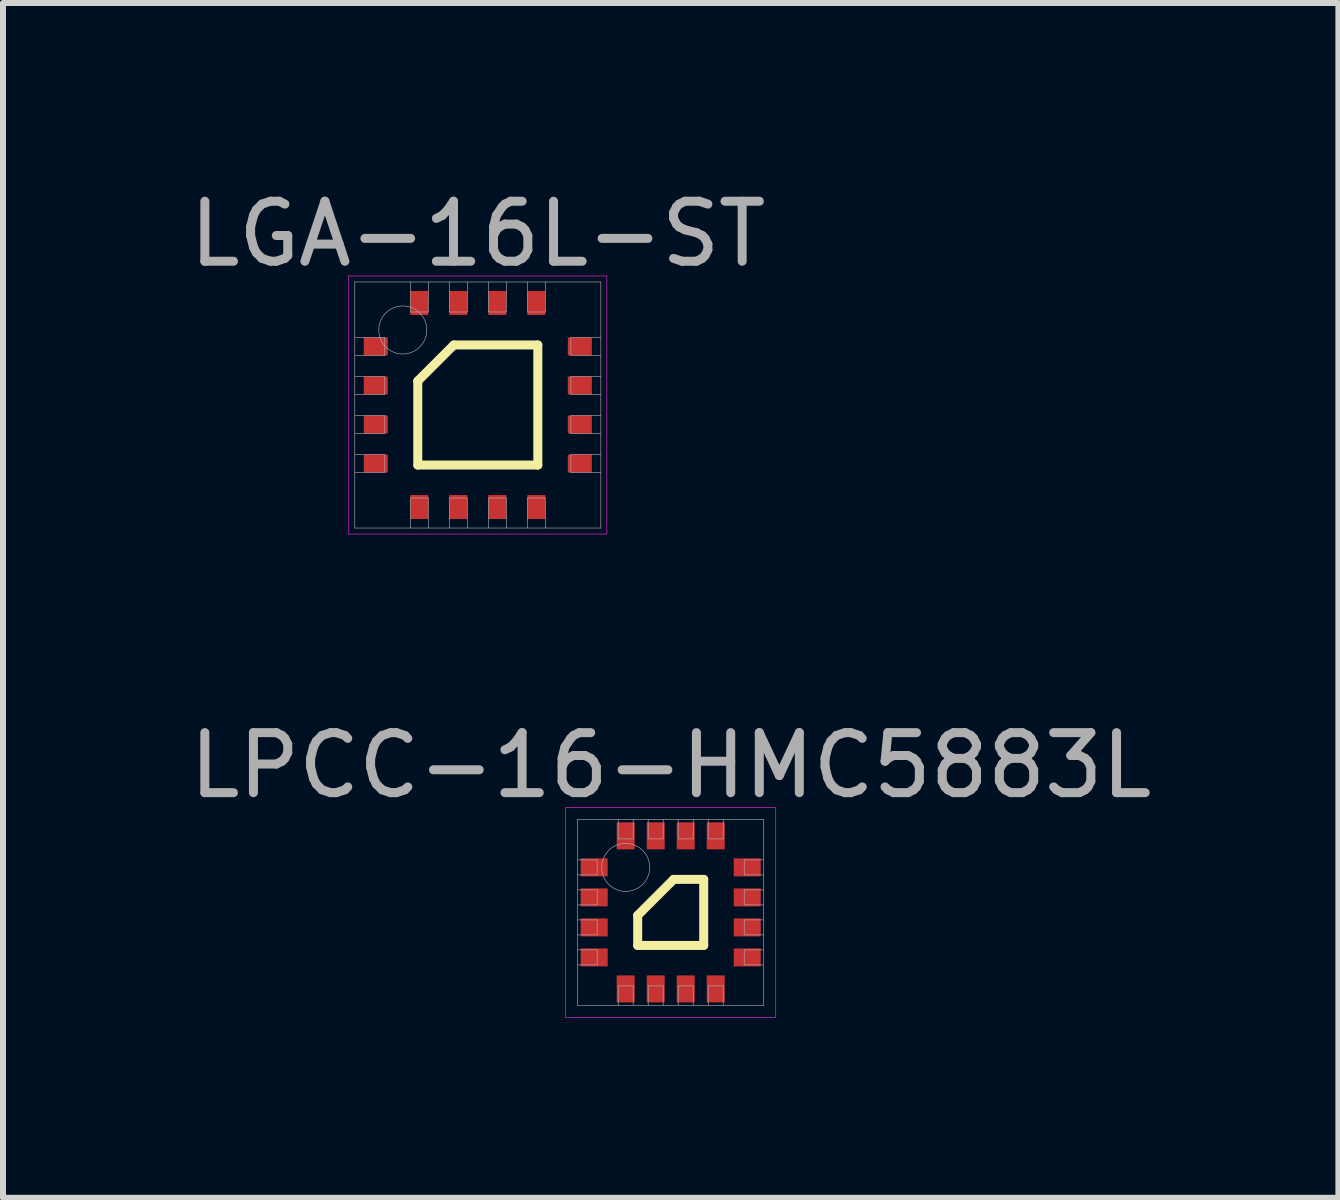
<source format=kicad_pcb>
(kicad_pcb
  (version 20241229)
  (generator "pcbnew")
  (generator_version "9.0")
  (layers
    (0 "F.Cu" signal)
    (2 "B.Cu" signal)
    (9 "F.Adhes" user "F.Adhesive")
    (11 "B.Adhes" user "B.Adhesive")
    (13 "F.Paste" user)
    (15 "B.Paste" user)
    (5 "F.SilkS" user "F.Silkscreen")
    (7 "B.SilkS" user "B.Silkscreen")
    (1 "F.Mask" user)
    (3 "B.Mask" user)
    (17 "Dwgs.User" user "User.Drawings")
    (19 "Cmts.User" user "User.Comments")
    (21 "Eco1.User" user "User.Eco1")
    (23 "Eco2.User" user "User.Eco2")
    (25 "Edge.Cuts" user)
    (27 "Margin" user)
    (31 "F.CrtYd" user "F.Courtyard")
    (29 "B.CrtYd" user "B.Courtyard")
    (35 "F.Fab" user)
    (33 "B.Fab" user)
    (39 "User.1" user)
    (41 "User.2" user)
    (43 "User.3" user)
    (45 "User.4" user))
  (footprint "LPCC-16-HMC5883L"
    (layer "F.Cu")
    (at 8.125 12.152)
    (property "Reference" "LPCC-16-HMC5883L" (at 0 -2.45 0) (layer "F.Fab") (effects (font (size 1 1) (thickness 0.15))))
    (attr through_hole)
    (fp_line (start -0.55 0.05) (end 0.05 -0.55) (stroke (width 0.15) (type solid)) (layer "F.SilkS"))
    (fp_line (start -0.55 0.55) (end -0.55 0.05) (stroke (width 0.15) (type solid)) (layer "F.SilkS"))
    (fp_line (start 0.05 -0.55) (end 0.55 -0.55) (stroke (width 0.15) (type solid)) (layer "F.SilkS"))
    (fp_line (start 0.55 -0.55) (end 0.55 0.55) (stroke (width 0.15) (type solid)) (layer "F.SilkS"))
    (fp_line (start 0.55 0.55) (end -0.55 0.55) (stroke (width 0.15) (type solid)) (layer "F.SilkS"))
    (fp_line (start -1.75 -1.75) (end 1.75 -1.75) (stroke (width 0.01) (type solid)) (layer "F.CrtYd"))
    (fp_line (start -1.75 1.75) (end -1.75 -1.75) (stroke (width 0.01) (type solid)) (layer "F.CrtYd"))
    (fp_line (start 1.75 -1.75) (end 1.75 1.75) (stroke (width 0.01) (type solid)) (layer "F.CrtYd"))
    (fp_line (start 1.75 1.75) (end -1.75 1.75) (stroke (width 0.01) (type solid)) (layer "F.CrtYd"))
    (fp_line (start -1.55 -1.55) (end 1.55 -1.55) (stroke (width 0.01) (type solid)) (layer "F.Fab"))
    (fp_line (start -1.55 -0.625) (end -1.225 -0.625) (stroke (width 0.01) (type solid)) (layer "F.Fab"))
    (fp_line (start -1.55 -0.125) (end -1.225 -0.125) (stroke (width 0.01) (type solid)) (layer "F.Fab"))
    (fp_line (start -1.55 0.375) (end -1.225 0.375) (stroke (width 0.01) (type solid)) (layer "F.Fab"))
    (fp_line (start -1.55 0.875) (end -1.225 0.875) (stroke (width 0.01) (type solid)) (layer "F.Fab"))
    (fp_line (start -1.55 1.55) (end -1.55 -1.55) (stroke (width 0.01) (type solid)) (layer "F.Fab"))
    (fp_line (start -1.225 -0.875) (end -1.55 -0.875) (stroke (width 0.01) (type solid)) (layer "F.Fab"))
    (fp_line (start -1.225 -0.625) (end -1.225 -0.875) (stroke (width 0.01) (type solid)) (layer "F.Fab"))
    (fp_line (start -1.225 -0.375) (end -1.55 -0.375) (stroke (width 0.01) (type solid)) (layer "F.Fab"))
    (fp_line (start -1.225 -0.125) (end -1.225 -0.375) (stroke (width 0.01) (type solid)) (layer "F.Fab"))
    (fp_line (start -1.225 0.125) (end -1.55 0.125) (stroke (width 0.01) (type solid)) (layer "F.Fab"))
    (fp_line (start -1.225 0.375) (end -1.225 0.125) (stroke (width 0.01) (type solid)) (layer "F.Fab"))
    (fp_line (start -1.225 0.625) (end -1.55 0.625) (stroke (width 0.01) (type solid)) (layer "F.Fab"))
    (fp_line (start -1.225 0.875) (end -1.225 0.625) (stroke (width 0.01) (type solid)) (layer "F.Fab"))
    (fp_line (start -0.875 -1.55) (end -0.875 -1.225) (stroke (width 0.01) (type solid)) (layer "F.Fab"))
    (fp_line (start -0.875 -1.225) (end -0.625 -1.225) (stroke (width 0.01) (type solid)) (layer "F.Fab"))
    (fp_line (start -0.875 1.225) (end -0.875 1.55) (stroke (width 0.01) (type solid)) (layer "F.Fab"))
    (fp_line (start -0.625 -1.225) (end -0.625 -1.55) (stroke (width 0.01) (type solid)) (layer "F.Fab"))
    (fp_line (start -0.625 1.225) (end -0.875 1.225) (stroke (width 0.01) (type solid)) (layer "F.Fab"))
    (fp_line (start -0.625 1.55) (end -0.625 1.225) (stroke (width 0.01) (type solid)) (layer "F.Fab"))
    (fp_line (start -0.375 -1.55) (end -0.375 -1.225) (stroke (width 0.01) (type solid)) (layer "F.Fab"))
    (fp_line (start -0.375 -1.225) (end -0.125 -1.225) (stroke (width 0.01) (type solid)) (layer "F.Fab"))
    (fp_line (start -0.375 1.225) (end -0.375 1.55) (stroke (width 0.01) (type solid)) (layer "F.Fab"))
    (fp_line (start -0.125 -1.225) (end -0.125 -1.55) (stroke (width 0.01) (type solid)) (layer "F.Fab"))
    (fp_line (start -0.125 1.225) (end -0.375 1.225) (stroke (width 0.01) (type solid)) (layer "F.Fab"))
    (fp_line (start -0.125 1.55) (end -0.125 1.225) (stroke (width 0.01) (type solid)) (layer "F.Fab"))
    (fp_line (start 0.125 -1.55) (end 0.125 -1.225) (stroke (width 0.01) (type solid)) (layer "F.Fab"))
    (fp_line (start 0.125 -1.225) (end 0.375 -1.225) (stroke (width 0.01) (type solid)) (layer "F.Fab"))
    (fp_line (start 0.125 1.225) (end 0.125 1.55) (stroke (width 0.01) (type solid)) (layer "F.Fab"))
    (fp_line (start 0.375 -1.225) (end 0.375 -1.55) (stroke (width 0.01) (type solid)) (layer "F.Fab"))
    (fp_line (start 0.375 1.225) (end 0.125 1.225) (stroke (width 0.01) (type solid)) (layer "F.Fab"))
    (fp_line (start 0.375 1.55) (end 0.375 1.225) (stroke (width 0.01) (type solid)) (layer "F.Fab"))
    (fp_line (start 0.625 -1.55) (end 0.625 -1.225) (stroke (width 0.01) (type solid)) (layer "F.Fab"))
    (fp_line (start 0.625 -1.225) (end 0.875 -1.225) (stroke (width 0.01) (type solid)) (layer "F.Fab"))
    (fp_line (start 0.625 1.225) (end 0.625 1.55) (stroke (width 0.01) (type solid)) (layer "F.Fab"))
    (fp_line (start 0.875 -1.225) (end 0.875 -1.55) (stroke (width 0.01) (type solid)) (layer "F.Fab"))
    (fp_line (start 0.875 1.225) (end 0.625 1.225) (stroke (width 0.01) (type solid)) (layer "F.Fab"))
    (fp_line (start 0.875 1.55) (end 0.875 1.225) (stroke (width 0.01) (type solid)) (layer "F.Fab"))
    (fp_line (start 1.225 -0.875) (end 1.225 -0.625) (stroke (width 0.01) (type solid)) (layer "F.Fab"))
    (fp_line (start 1.225 -0.625) (end 1.55 -0.625) (stroke (width 0.01) (type solid)) (layer "F.Fab"))
    (fp_line (start 1.225 -0.375) (end 1.225 -0.125) (stroke (width 0.01) (type solid)) (layer "F.Fab"))
    (fp_line (start 1.225 -0.125) (end 1.55 -0.125) (stroke (width 0.01) (type solid)) (layer "F.Fab"))
    (fp_line (start 1.225 0.125) (end 1.225 0.375) (stroke (width 0.01) (type solid)) (layer "F.Fab"))
    (fp_line (start 1.225 0.375) (end 1.55 0.375) (stroke (width 0.01) (type solid)) (layer "F.Fab"))
    (fp_line (start 1.225 0.625) (end 1.225 0.875) (stroke (width 0.01) (type solid)) (layer "F.Fab"))
    (fp_line (start 1.225 0.875) (end 1.55 0.875) (stroke (width 0.01) (type solid)) (layer "F.Fab"))
    (fp_line (start 1.55 -1.55) (end 1.55 1.55) (stroke (width 0.01) (type solid)) (layer "F.Fab"))
    (fp_line (start 1.55 -0.875) (end 1.225 -0.875) (stroke (width 0.01) (type solid)) (layer "F.Fab"))
    (fp_line (start 1.55 -0.375) (end 1.225 -0.375) (stroke (width 0.01) (type solid)) (layer "F.Fab"))
    (fp_line (start 1.55 0.125) (end 1.225 0.125) (stroke (width 0.01) (type solid)) (layer "F.Fab"))
    (fp_line (start 1.55 0.625) (end 1.225 0.625) (stroke (width 0.01) (type solid)) (layer "F.Fab"))
    (fp_line (start 1.55 1.55) (end -1.55 1.55) (stroke (width 0.01) (type solid)) (layer "F.Fab"))
    (fp_circle (center -0.75 -0.75) (end -0.75 -0.35) (stroke (width 0.01) (type solid)) (fill no) (layer "F.Fab"))
    (pad "1" smd rect (at -1.275 -0.75) (size 0.45 0.3) (layers "F.Cu" "F.Mask" "F.Paste"))
    (pad "2" smd rect (at -1.275 -0.25) (size 0.45 0.3) (layers "F.Cu" "F.Mask" "F.Paste"))
    (pad "3" smd rect (at -1.275 0.25) (size 0.45 0.3) (layers "F.Cu" "F.Mask" "F.Paste"))
    (pad "4" smd rect (at -1.275 0.75) (size 0.45 0.3) (layers "F.Cu" "F.Mask" "F.Paste"))
    (pad "5" smd rect (at -0.75 1.275) (size 0.3 0.45) (layers "F.Cu" "F.Mask" "F.Paste"))
    (pad "6" smd rect (at -0.25 1.275) (size 0.3 0.45) (layers "F.Cu" "F.Mask" "F.Paste"))
    (pad "7" smd rect (at 0.25 1.275) (size 0.3 0.45) (layers "F.Cu" "F.Mask" "F.Paste"))
    (pad "8" smd rect (at 0.75 1.275) (size 0.3 0.45) (layers "F.Cu" "F.Mask" "F.Paste"))
    (pad "9" smd rect (at 1.275 0.75) (size 0.45 0.3) (layers "F.Cu" "F.Mask" "F.Paste"))
    (pad "10" smd rect (at 1.275 0.25) (size 0.45 0.3) (layers "F.Cu" "F.Mask" "F.Paste"))
    (pad "11" smd rect (at 1.275 -0.25) (size 0.45 0.3) (layers "F.Cu" "F.Mask" "F.Paste"))
    (pad "12" smd rect (at 1.275 -0.75) (size 0.45 0.3) (layers "F.Cu" "F.Mask" "F.Paste"))
    (pad "13" smd rect (at 0.75 -1.275) (size 0.3 0.45) (layers "F.Cu" "F.Mask" "F.Paste"))
    (pad "14" smd rect (at 0.25 -1.275) (size 0.3 0.45) (layers "F.Cu" "F.Mask" "F.Paste"))
    (pad "15" smd rect (at -0.25 -1.275) (size 0.3 0.45) (layers "F.Cu" "F.Mask" "F.Paste"))
    (pad "16" smd rect (at -0.75 -1.275) (size 0.3 0.45) (layers "F.Cu" "F.Mask" "F.Paste")))
  (footprint "LGA-16L-ST"
    (layer "F.Cu")
    (at 4.911 3.698)
    (property "Reference" "LGA-16L-ST" (at 0 -2.85 0) (layer "F.Fab") (effects (font (size 1 1) (thickness 0.15))))
    (attr through_hole)
    (fp_line (start -1 -0.4) (end -0.4 -1) (stroke (width 0.15) (type solid)) (layer "F.SilkS"))
    (fp_line (start -1 1) (end -1 -0.4) (stroke (width 0.15) (type solid)) (layer "F.SilkS"))
    (fp_line (start -0.4 -1) (end 1 -1) (stroke (width 0.15) (type solid)) (layer "F.SilkS"))
    (fp_line (start 1 -1) (end 1 1) (stroke (width 0.15) (type solid)) (layer "F.SilkS"))
    (fp_line (start 1 1) (end -1 1) (stroke (width 0.15) (type solid)) (layer "F.SilkS"))
    (fp_line (start -2.15 -2.15) (end 2.15 -2.15) (stroke (width 0.01) (type solid)) (layer "F.CrtYd"))
    (fp_line (start -2.15 2.15) (end -2.15 -2.15) (stroke (width 0.01) (type solid)) (layer "F.CrtYd"))
    (fp_line (start 2.15 -2.15) (end 2.15 2.15) (stroke (width 0.01) (type solid)) (layer "F.CrtYd"))
    (fp_line (start 2.15 2.15) (end -2.15 2.15) (stroke (width 0.01) (type solid)) (layer "F.CrtYd"))
    (fp_line (start -2.05 -2.05) (end 2.05 -2.05) (stroke (width 0.01) (type solid)) (layer "F.Fab"))
    (fp_line (start -2.05 -0.825) (end -1.55 -0.825) (stroke (width 0.01) (type solid)) (layer "F.Fab"))
    (fp_line (start -2.05 -0.175) (end -1.55 -0.175) (stroke (width 0.01) (type solid)) (layer "F.Fab"))
    (fp_line (start -2.05 0.475) (end -1.55 0.475) (stroke (width 0.01) (type solid)) (layer "F.Fab"))
    (fp_line (start -2.05 1.125) (end -1.55 1.125) (stroke (width 0.01) (type solid)) (layer "F.Fab"))
    (fp_line (start -2.05 2.05) (end -2.05 -2.05) (stroke (width 0.01) (type solid)) (layer "F.Fab"))
    (fp_line (start -1.55 -1.125) (end -2.05 -1.125) (stroke (width 0.01) (type solid)) (layer "F.Fab"))
    (fp_line (start -1.55 -0.825) (end -1.55 -1.125) (stroke (width 0.01) (type solid)) (layer "F.Fab"))
    (fp_line (start -1.55 -0.475) (end -2.05 -0.475) (stroke (width 0.01) (type solid)) (layer "F.Fab"))
    (fp_line (start -1.55 -0.175) (end -1.55 -0.475) (stroke (width 0.01) (type solid)) (layer "F.Fab"))
    (fp_line (start -1.55 0.175) (end -2.05 0.175) (stroke (width 0.01) (type solid)) (layer "F.Fab"))
    (fp_line (start -1.55 0.475) (end -1.55 0.175) (stroke (width 0.01) (type solid)) (layer "F.Fab"))
    (fp_line (start -1.55 0.825) (end -2.05 0.825) (stroke (width 0.01) (type solid)) (layer "F.Fab"))
    (fp_line (start -1.55 1.125) (end -1.55 0.825) (stroke (width 0.01) (type solid)) (layer "F.Fab"))
    (fp_line (start -1.125 -2.05) (end -1.125 -1.55) (stroke (width 0.01) (type solid)) (layer "F.Fab"))
    (fp_line (start -1.125 -1.55) (end -0.825 -1.55) (stroke (width 0.01) (type solid)) (layer "F.Fab"))
    (fp_line (start -1.125 1.55) (end -1.125 2.05) (stroke (width 0.01) (type solid)) (layer "F.Fab"))
    (fp_line (start -0.825 -1.55) (end -0.825 -2.05) (stroke (width 0.01) (type solid)) (layer "F.Fab"))
    (fp_line (start -0.825 1.55) (end -1.125 1.55) (stroke (width 0.01) (type solid)) (layer "F.Fab"))
    (fp_line (start -0.825 2.05) (end -0.825 1.55) (stroke (width 0.01) (type solid)) (layer "F.Fab"))
    (fp_line (start -0.475 -2.05) (end -0.475 -1.55) (stroke (width 0.01) (type solid)) (layer "F.Fab"))
    (fp_line (start -0.475 -1.55) (end -0.175 -1.55) (stroke (width 0.01) (type solid)) (layer "F.Fab"))
    (fp_line (start -0.475 1.55) (end -0.475 2.05) (stroke (width 0.01) (type solid)) (layer "F.Fab"))
    (fp_line (start -0.175 -1.55) (end -0.175 -2.05) (stroke (width 0.01) (type solid)) (layer "F.Fab"))
    (fp_line (start -0.175 1.55) (end -0.475 1.55) (stroke (width 0.01) (type solid)) (layer "F.Fab"))
    (fp_line (start -0.175 2.05) (end -0.175 1.55) (stroke (width 0.01) (type solid)) (layer "F.Fab"))
    (fp_line (start 0.175 -2.05) (end 0.175 -1.55) (stroke (width 0.01) (type solid)) (layer "F.Fab"))
    (fp_line (start 0.175 -1.55) (end 0.475 -1.55) (stroke (width 0.01) (type solid)) (layer "F.Fab"))
    (fp_line (start 0.175 1.55) (end 0.175 2.05) (stroke (width 0.01) (type solid)) (layer "F.Fab"))
    (fp_line (start 0.475 -1.55) (end 0.475 -2.05) (stroke (width 0.01) (type solid)) (layer "F.Fab"))
    (fp_line (start 0.475 1.55) (end 0.175 1.55) (stroke (width 0.01) (type solid)) (layer "F.Fab"))
    (fp_line (start 0.475 2.05) (end 0.475 1.55) (stroke (width 0.01) (type solid)) (layer "F.Fab"))
    (fp_line (start 0.825 -2.05) (end 0.825 -1.55) (stroke (width 0.01) (type solid)) (layer "F.Fab"))
    (fp_line (start 0.825 -1.55) (end 1.125 -1.55) (stroke (width 0.01) (type solid)) (layer "F.Fab"))
    (fp_line (start 0.825 1.55) (end 0.825 2.05) (stroke (width 0.01) (type solid)) (layer "F.Fab"))
    (fp_line (start 1.125 -1.55) (end 1.125 -2.05) (stroke (width 0.01) (type solid)) (layer "F.Fab"))
    (fp_line (start 1.125 1.55) (end 0.825 1.55) (stroke (width 0.01) (type solid)) (layer "F.Fab"))
    (fp_line (start 1.125 2.05) (end 1.125 1.55) (stroke (width 0.01) (type solid)) (layer "F.Fab"))
    (fp_line (start 1.55 -1.125) (end 1.55 -0.825) (stroke (width 0.01) (type solid)) (layer "F.Fab"))
    (fp_line (start 1.55 -0.825) (end 2.05 -0.825) (stroke (width 0.01) (type solid)) (layer "F.Fab"))
    (fp_line (start 1.55 -0.475) (end 1.55 -0.175) (stroke (width 0.01) (type solid)) (layer "F.Fab"))
    (fp_line (start 1.55 -0.175) (end 2.05 -0.175) (stroke (width 0.01) (type solid)) (layer "F.Fab"))
    (fp_line (start 1.55 0.175) (end 1.55 0.475) (stroke (width 0.01) (type solid)) (layer "F.Fab"))
    (fp_line (start 1.55 0.475) (end 2.05 0.475) (stroke (width 0.01) (type solid)) (layer "F.Fab"))
    (fp_line (start 1.55 0.825) (end 1.55 1.125) (stroke (width 0.01) (type solid)) (layer "F.Fab"))
    (fp_line (start 1.55 1.125) (end 2.05 1.125) (stroke (width 0.01) (type solid)) (layer "F.Fab"))
    (fp_line (start 2.05 -2.05) (end 2.05 2.05) (stroke (width 0.01) (type solid)) (layer "F.Fab"))
    (fp_line (start 2.05 -1.125) (end 1.55 -1.125) (stroke (width 0.01) (type solid)) (layer "F.Fab"))
    (fp_line (start 2.05 -0.475) (end 1.55 -0.475) (stroke (width 0.01) (type solid)) (layer "F.Fab"))
    (fp_line (start 2.05 0.175) (end 1.55 0.175) (stroke (width 0.01) (type solid)) (layer "F.Fab"))
    (fp_line (start 2.05 0.825) (end 1.55 0.825) (stroke (width 0.01) (type solid)) (layer "F.Fab"))
    (fp_line (start 2.05 2.05) (end -2.05 2.05) (stroke (width 0.01) (type solid)) (layer "F.Fab"))
    (fp_circle (center -1.25 -1.25) (end -1.25 -0.85) (stroke (width 0.01) (type solid)) (fill no) (layer "F.Fab"))
    (pad "1" smd rect (at -1.7 -0.975) (size 0.4 0.3) (layers "F.Cu" "F.Mask" "F.Paste"))
    (pad "2" smd rect (at -1.7 -0.325) (size 0.4 0.3) (layers "F.Cu" "F.Mask" "F.Paste"))
    (pad "3" smd rect (at -1.7 0.325) (size 0.4 0.3) (layers "F.Cu" "F.Mask" "F.Paste"))
    (pad "4" smd rect (at -1.7 0.975) (size 0.4 0.3) (layers "F.Cu" "F.Mask" "F.Paste"))
    (pad "5" smd rect (at -0.975 1.7) (size 0.3 0.4) (layers "F.Cu" "F.Mask" "F.Paste"))
    (pad "6" smd rect (at -0.325 1.7) (size 0.3 0.4) (layers "F.Cu" "F.Mask" "F.Paste"))
    (pad "7" smd rect (at 0.325 1.7) (size 0.3 0.4) (layers "F.Cu" "F.Mask" "F.Paste"))
    (pad "8" smd rect (at 0.975 1.7) (size 0.3 0.4) (layers "F.Cu" "F.Mask" "F.Paste"))
    (pad "9" smd rect (at 1.7 0.975) (size 0.4 0.3) (layers "F.Cu" "F.Mask" "F.Paste"))
    (pad "10" smd rect (at 1.7 0.325) (size 0.4 0.3) (layers "F.Cu" "F.Mask" "F.Paste"))
    (pad "11" smd rect (at 1.7 -0.325) (size 0.4 0.3) (layers "F.Cu" "F.Mask" "F.Paste"))
    (pad "12" smd rect (at 1.7 -0.975) (size 0.4 0.3) (layers "F.Cu" "F.Mask" "F.Paste"))
    (pad "13" smd rect (at 0.975 -1.7) (size 0.3 0.4) (layers "F.Cu" "F.Mask" "F.Paste"))
    (pad "14" smd rect (at 0.325 -1.7) (size 0.3 0.4) (layers "F.Cu" "F.Mask" "F.Paste"))
    (pad "15" smd rect (at -0.325 -1.7) (size 0.3 0.4) (layers "F.Cu" "F.Mask" "F.Paste"))
    (pad "16" smd rect (at -0.975 -1.7) (size 0.3 0.4) (layers "F.Cu" "F.Mask" "F.Paste")))
  (gr_rect
    (start -3 -3)
    (end 19.25 16.907)
    (stroke (width 0.1) (type default))
    (fill no)
    (layer "Edge.Cuts")))
</source>
